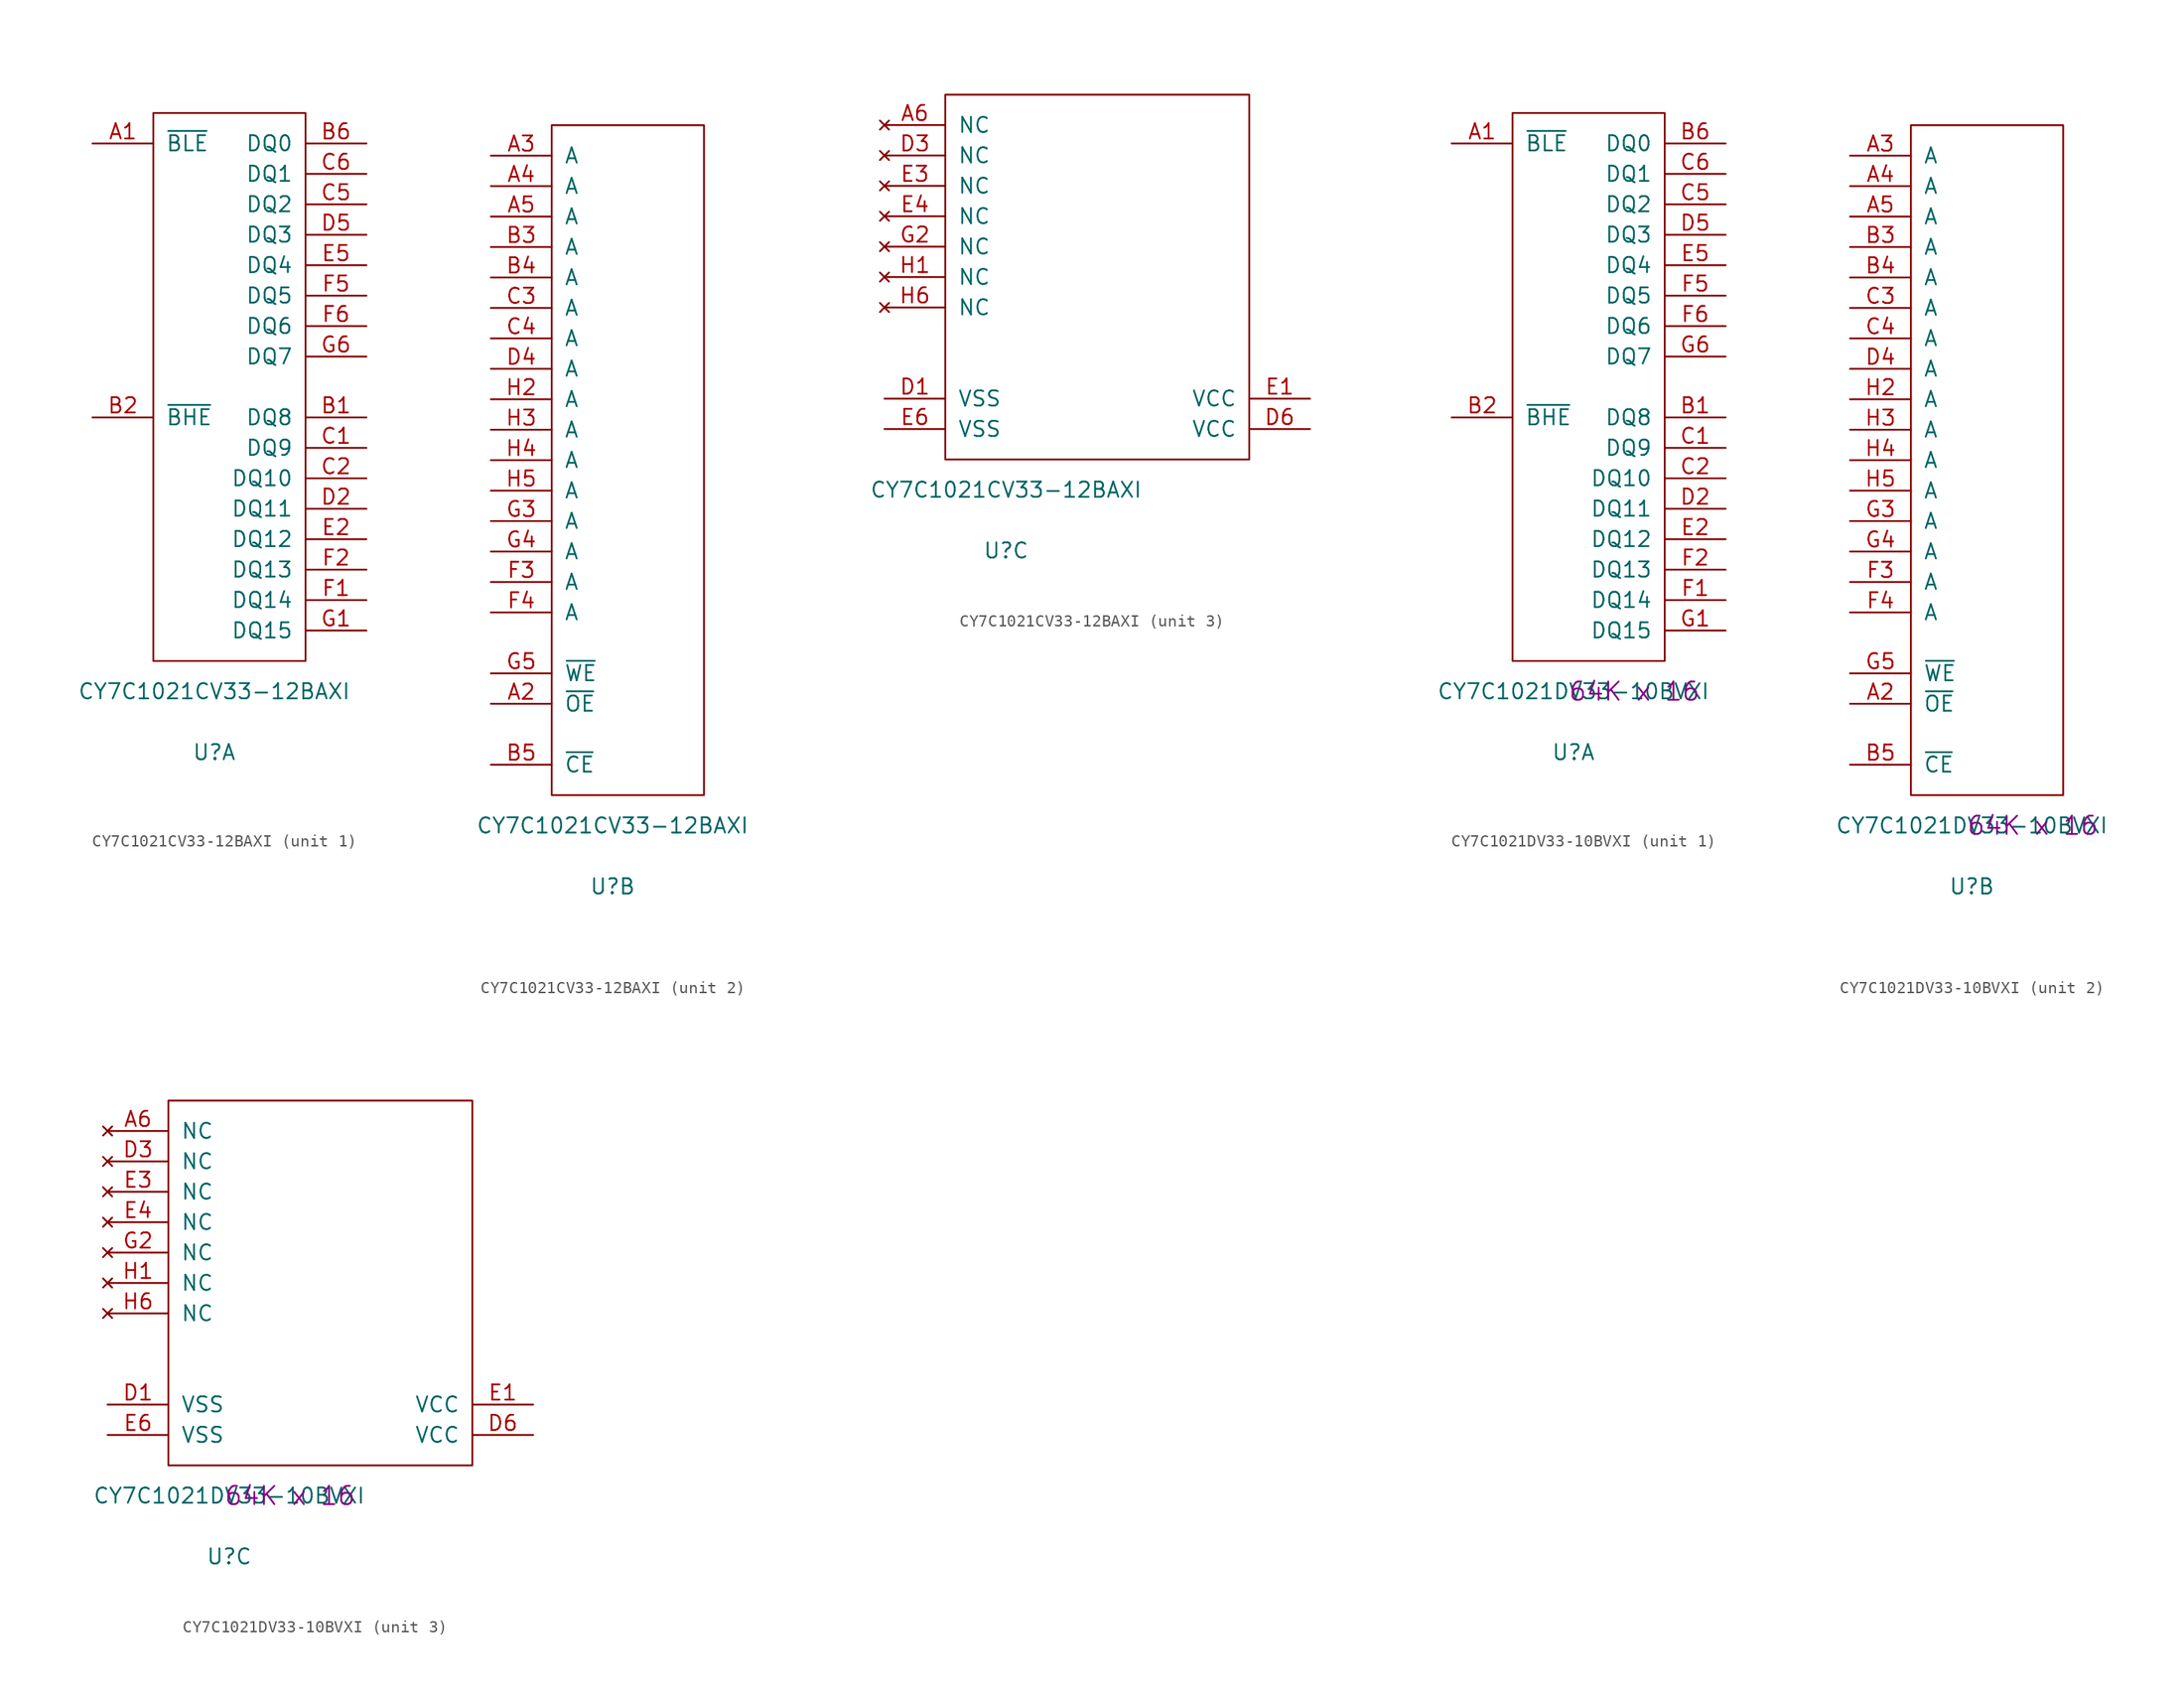
<source format=kicad_sym>
(kicad_symbol_lib
  (version 20220914)
  (generator kicad_symbol_editor)
  (symbol "CY7C1021CV33-12BAXI"
    (pin_names
      (offset 1.016))
    (property "Reference" "U"
      (at 5.08 -7.62 0)
      (effects (font (size 1.27 1.27))))
    (property "Value" "CY7C1021CV33-12BAXI"
      (at 5.08 -2.54 0)
      (effects (font (size 1.27 1.27))))
    (property "ki_locked" ""
      (at 0 0 0)
      (effects (font (size 1.27 1.27))))
    (symbol "CY7C1021CV33-12BAXI_1_1"
      (rectangle (start 0 45.72) (end 12.7 0) (stroke (width 0) (type solid)) (fill (type none)))
      (pin input line (at -5.08 43.18 0) (length 5.08) (name "~{BLE}" (effects (font (size 1.27 1.27)))) (number "A1" (effects (font (size 1.27 1.27)))))
      (pin bidirectional line (at 17.78 20.32 180) (length 5.08) (name "DQ8" (effects (font (size 1.27 1.27)))) (number "B1" (effects (font (size 1.27 1.27)))))
      (pin input line (at -5.08 20.32 0) (length 5.08) (name "~{BHE}" (effects (font (size 1.27 1.27)))) (number "B2" (effects (font (size 1.27 1.27)))))
      (pin bidirectional line (at 17.78 43.18 180) (length 5.08) (name "DQ0" (effects (font (size 1.27 1.27)))) (number "B6" (effects (font (size 1.27 1.27)))))
      (pin bidirectional line (at 17.78 17.78 180) (length 5.08) (name "DQ9" (effects (font (size 1.27 1.27)))) (number "C1" (effects (font (size 1.27 1.27)))))
      (pin bidirectional line (at 17.78 15.24 180) (length 5.08) (name "DQ10" (effects (font (size 1.27 1.27)))) (number "C2" (effects (font (size 1.27 1.27)))))
      (pin bidirectional line (at 17.78 38.1 180) (length 5.08) (name "DQ2" (effects (font (size 1.27 1.27)))) (number "C5" (effects (font (size 1.27 1.27)))))
      (pin bidirectional line (at 17.78 40.64 180) (length 5.08) (name "DQ1" (effects (font (size 1.27 1.27)))) (number "C6" (effects (font (size 1.27 1.27)))))
      (pin bidirectional line (at 17.78 12.7 180) (length 5.08) (name "DQ11" (effects (font (size 1.27 1.27)))) (number "D2" (effects (font (size 1.27 1.27)))))
      (pin bidirectional line (at 17.78 35.56 180) (length 5.08) (name "DQ3" (effects (font (size 1.27 1.27)))) (number "D5" (effects (font (size 1.27 1.27)))))
      (pin bidirectional line (at 17.78 10.16 180) (length 5.08) (name "DQ12" (effects (font (size 1.27 1.27)))) (number "E2" (effects (font (size 1.27 1.27)))))
      (pin bidirectional line (at 17.78 33.02 180) (length 5.08) (name "DQ4" (effects (font (size 1.27 1.27)))) (number "E5" (effects (font (size 1.27 1.27)))))
      (pin bidirectional line (at 17.78 5.08 180) (length 5.08) (name "DQ14" (effects (font (size 1.27 1.27)))) (number "F1" (effects (font (size 1.27 1.27)))))
      (pin bidirectional line (at 17.78 7.62 180) (length 5.08) (name "DQ13" (effects (font (size 1.27 1.27)))) (number "F2" (effects (font (size 1.27 1.27)))))
      (pin bidirectional line (at 17.78 30.48 180) (length 5.08) (name "DQ5" (effects (font (size 1.27 1.27)))) (number "F5" (effects (font (size 1.27 1.27)))))
      (pin bidirectional line (at 17.78 27.94 180) (length 5.08) (name "DQ6" (effects (font (size 1.27 1.27)))) (number "F6" (effects (font (size 1.27 1.27)))))
      (pin bidirectional line (at 17.78 2.54 180) (length 5.08) (name "DQ15" (effects (font (size 1.27 1.27)))) (number "G1" (effects (font (size 1.27 1.27)))))
      (pin bidirectional line (at 17.78 25.4 180) (length 5.08) (name "DQ7" (effects (font (size 1.27 1.27)))) (number "G6" (effects (font (size 1.27 1.27))))))
    (symbol "CY7C1021CV33-12BAXI_2_1"
      (rectangle (start 0 0) (end 12.7 55.88) (stroke (width 0) (type solid)) (fill (type none)))
      (pin input line (at -5.08 7.62 0) (length 5.08) (name "~{OE}" (effects (font (size 1.27 1.27)))) (number "A2" (effects (font (size 1.27 1.27)))))
      (pin input line (at -5.08 53.34 0) (length 5.08) (name "A" (effects (font (size 1.27 1.27)))) (number "A3" (effects (font (size 1.27 1.27)))))
      (pin input line (at -5.08 50.8 0) (length 5.08) (name "A" (effects (font (size 1.27 1.27)))) (number "A4" (effects (font (size 1.27 1.27)))))
      (pin input line (at -5.08 48.26 0) (length 5.08) (name "A" (effects (font (size 1.27 1.27)))) (number "A5" (effects (font (size 1.27 1.27)))))
      (pin input line (at -5.08 45.72 0) (length 5.08) (name "A" (effects (font (size 1.27 1.27)))) (number "B3" (effects (font (size 1.27 1.27)))))
      (pin input line (at -5.08 43.18 0) (length 5.08) (name "A" (effects (font (size 1.27 1.27)))) (number "B4" (effects (font (size 1.27 1.27)))))
      (pin input line (at -5.08 2.54 0) (length 5.08) (name "~{CE}" (effects (font (size 1.27 1.27)))) (number "B5" (effects (font (size 1.27 1.27)))))
      (pin input line (at -5.08 40.64 0) (length 5.08) (name "A" (effects (font (size 1.27 1.27)))) (number "C3" (effects (font (size 1.27 1.27)))))
      (pin input line (at -5.08 38.1 0) (length 5.08) (name "A" (effects (font (size 1.27 1.27)))) (number "C4" (effects (font (size 1.27 1.27)))))
      (pin input line (at -5.08 35.56 0) (length 5.08) (name "A" (effects (font (size 1.27 1.27)))) (number "D4" (effects (font (size 1.27 1.27)))))
      (pin input line (at -5.08 17.78 0) (length 5.08) (name "A" (effects (font (size 1.27 1.27)))) (number "F3" (effects (font (size 1.27 1.27)))))
      (pin input line (at -5.08 15.24 0) (length 5.08) (name "A" (effects (font (size 1.27 1.27)))) (number "F4" (effects (font (size 1.27 1.27)))))
      (pin input line (at -5.08 22.86 0) (length 5.08) (name "A" (effects (font (size 1.27 1.27)))) (number "G3" (effects (font (size 1.27 1.27)))))
      (pin input line (at -5.08 20.32 0) (length 5.08) (name "A" (effects (font (size 1.27 1.27)))) (number "G4" (effects (font (size 1.27 1.27)))))
      (pin input line (at -5.08 10.16 0) (length 5.08) (name "~{WE}" (effects (font (size 1.27 1.27)))) (number "G5" (effects (font (size 1.27 1.27)))))
      (pin input line (at -5.08 33.02 0) (length 5.08) (name "A" (effects (font (size 1.27 1.27)))) (number "H2" (effects (font (size 1.27 1.27)))))
      (pin input line (at -5.08 30.48 0) (length 5.08) (name "A" (effects (font (size 1.27 1.27)))) (number "H3" (effects (font (size 1.27 1.27)))))
      (pin input line (at -5.08 27.94 0) (length 5.08) (name "A" (effects (font (size 1.27 1.27)))) (number "H4" (effects (font (size 1.27 1.27)))))
      (pin input line (at -5.08 25.4 0) (length 5.08) (name "A" (effects (font (size 1.27 1.27)))) (number "H5" (effects (font (size 1.27 1.27))))))
    (symbol "CY7C1021CV33-12BAXI_3_1"
      (rectangle (start 0 0) (end 25.4 30.48) (stroke (width 0) (type solid)) (fill (type none)))
      (pin no_connect line (at -5.08 27.94 0) (length 5.08) (name "NC" (effects (font (size 1.27 1.27)))) (number "A6" (effects (font (size 1.27 1.27)))))
      (pin power_in line (at -5.08 5.08 0) (length 5.08) (name "VSS" (effects (font (size 1.27 1.27)))) (number "D1" (effects (font (size 1.27 1.27)))))
      (pin no_connect line (at -5.08 25.4 0) (length 5.08) (name "NC" (effects (font (size 1.27 1.27)))) (number "D3" (effects (font (size 1.27 1.27)))))
      (pin power_in line (at 30.48 2.54 180) (length 5.08) (name "VCC" (effects (font (size 1.27 1.27)))) (number "D6" (effects (font (size 1.27 1.27)))))
      (pin power_in line (at 30.48 5.08 180) (length 5.08) (name "VCC" (effects (font (size 1.27 1.27)))) (number "E1" (effects (font (size 1.27 1.27)))))
      (pin no_connect line (at -5.08 22.86 0) (length 5.08) (name "NC" (effects (font (size 1.27 1.27)))) (number "E3" (effects (font (size 1.27 1.27)))))
      (pin no_connect line (at -5.08 20.32 0) (length 5.08) (name "NC" (effects (font (size 1.27 1.27)))) (number "E4" (effects (font (size 1.27 1.27)))))
      (pin power_in line (at -5.08 2.54 0) (length 5.08) (name "VSS" (effects (font (size 1.27 1.27)))) (number "E6" (effects (font (size 1.27 1.27)))))
      (pin no_connect line (at -5.08 17.78 0) (length 5.08) (name "NC" (effects (font (size 1.27 1.27)))) (number "G2" (effects (font (size 1.27 1.27)))))
      (pin no_connect line (at -5.08 15.24 0) (length 5.08) (name "NC" (effects (font (size 1.27 1.27)))) (number "H1" (effects (font (size 1.27 1.27)))))
      (pin no_connect line (at -5.08 12.7 0) (length 5.08) (name "NC" (effects (font (size 1.27 1.27)))) (number "H6" (effects (font (size 1.27 1.27)))))))
  (symbol "CY7C1021DV33-10BVXI"
    (pin_names
      (offset 1.016))
    (property "Reference" "U"
      (at 5.08 -7.62 0)
      (effects (font (size 1.27 1.27))))
    (property "Value" "CY7C1021DV33-10BVXI"
      (at 5.08 -2.54 0)
      (effects (font (size 1.27 1.27))))
    (property "Rating" "64K x 16"
      (at 10.16 -2.54 0)
      (effects (font (size 1.524 1.524))))
    (property "ki_locked" ""
      (at 0 0 0)
      (effects (font (size 1.27 1.27))))
    (symbol "CY7C1021DV33-10BVXI_1_1"
      (rectangle (start 0 45.72) (end 12.7 0) (stroke (width 0) (type solid)) (fill (type none)))
      (pin input line (at -5.08 43.18 0) (length 5.08) (name "~{BLE}" (effects (font (size 1.27 1.27)))) (number "A1" (effects (font (size 1.27 1.27)))))
      (pin bidirectional line (at 17.78 20.32 180) (length 5.08) (name "DQ8" (effects (font (size 1.27 1.27)))) (number "B1" (effects (font (size 1.27 1.27)))))
      (pin input line (at -5.08 20.32 0) (length 5.08) (name "~{BHE}" (effects (font (size 1.27 1.27)))) (number "B2" (effects (font (size 1.27 1.27)))))
      (pin bidirectional line (at 17.78 43.18 180) (length 5.08) (name "DQ0" (effects (font (size 1.27 1.27)))) (number "B6" (effects (font (size 1.27 1.27)))))
      (pin bidirectional line (at 17.78 17.78 180) (length 5.08) (name "DQ9" (effects (font (size 1.27 1.27)))) (number "C1" (effects (font (size 1.27 1.27)))))
      (pin bidirectional line (at 17.78 15.24 180) (length 5.08) (name "DQ10" (effects (font (size 1.27 1.27)))) (number "C2" (effects (font (size 1.27 1.27)))))
      (pin bidirectional line (at 17.78 38.1 180) (length 5.08) (name "DQ2" (effects (font (size 1.27 1.27)))) (number "C5" (effects (font (size 1.27 1.27)))))
      (pin bidirectional line (at 17.78 40.64 180) (length 5.08) (name "DQ1" (effects (font (size 1.27 1.27)))) (number "C6" (effects (font (size 1.27 1.27)))))
      (pin bidirectional line (at 17.78 12.7 180) (length 5.08) (name "DQ11" (effects (font (size 1.27 1.27)))) (number "D2" (effects (font (size 1.27 1.27)))))
      (pin bidirectional line (at 17.78 35.56 180) (length 5.08) (name "DQ3" (effects (font (size 1.27 1.27)))) (number "D5" (effects (font (size 1.27 1.27)))))
      (pin bidirectional line (at 17.78 10.16 180) (length 5.08) (name "DQ12" (effects (font (size 1.27 1.27)))) (number "E2" (effects (font (size 1.27 1.27)))))
      (pin bidirectional line (at 17.78 33.02 180) (length 5.08) (name "DQ4" (effects (font (size 1.27 1.27)))) (number "E5" (effects (font (size 1.27 1.27)))))
      (pin bidirectional line (at 17.78 5.08 180) (length 5.08) (name "DQ14" (effects (font (size 1.27 1.27)))) (number "F1" (effects (font (size 1.27 1.27)))))
      (pin bidirectional line (at 17.78 7.62 180) (length 5.08) (name "DQ13" (effects (font (size 1.27 1.27)))) (number "F2" (effects (font (size 1.27 1.27)))))
      (pin bidirectional line (at 17.78 30.48 180) (length 5.08) (name "DQ5" (effects (font (size 1.27 1.27)))) (number "F5" (effects (font (size 1.27 1.27)))))
      (pin bidirectional line (at 17.78 27.94 180) (length 5.08) (name "DQ6" (effects (font (size 1.27 1.27)))) (number "F6" (effects (font (size 1.27 1.27)))))
      (pin bidirectional line (at 17.78 2.54 180) (length 5.08) (name "DQ15" (effects (font (size 1.27 1.27)))) (number "G1" (effects (font (size 1.27 1.27)))))
      (pin bidirectional line (at 17.78 25.4 180) (length 5.08) (name "DQ7" (effects (font (size 1.27 1.27)))) (number "G6" (effects (font (size 1.27 1.27))))))
    (symbol "CY7C1021DV33-10BVXI_2_1"
      (rectangle (start 0 0) (end 12.7 55.88) (stroke (width 0) (type solid)) (fill (type none)))
      (pin input line (at -5.08 7.62 0) (length 5.08) (name "~{OE}" (effects (font (size 1.27 1.27)))) (number "A2" (effects (font (size 1.27 1.27)))))
      (pin input line (at -5.08 53.34 0) (length 5.08) (name "A" (effects (font (size 1.27 1.27)))) (number "A3" (effects (font (size 1.27 1.27)))))
      (pin input line (at -5.08 50.8 0) (length 5.08) (name "A" (effects (font (size 1.27 1.27)))) (number "A4" (effects (font (size 1.27 1.27)))))
      (pin input line (at -5.08 48.26 0) (length 5.08) (name "A" (effects (font (size 1.27 1.27)))) (number "A5" (effects (font (size 1.27 1.27)))))
      (pin input line (at -5.08 45.72 0) (length 5.08) (name "A" (effects (font (size 1.27 1.27)))) (number "B3" (effects (font (size 1.27 1.27)))))
      (pin input line (at -5.08 43.18 0) (length 5.08) (name "A" (effects (font (size 1.27 1.27)))) (number "B4" (effects (font (size 1.27 1.27)))))
      (pin input line (at -5.08 2.54 0) (length 5.08) (name "~{CE}" (effects (font (size 1.27 1.27)))) (number "B5" (effects (font (size 1.27 1.27)))))
      (pin input line (at -5.08 40.64 0) (length 5.08) (name "A" (effects (font (size 1.27 1.27)))) (number "C3" (effects (font (size 1.27 1.27)))))
      (pin input line (at -5.08 38.1 0) (length 5.08) (name "A" (effects (font (size 1.27 1.27)))) (number "C4" (effects (font (size 1.27 1.27)))))
      (pin input line (at -5.08 35.56 0) (length 5.08) (name "A" (effects (font (size 1.27 1.27)))) (number "D4" (effects (font (size 1.27 1.27)))))
      (pin input line (at -5.08 17.78 0) (length 5.08) (name "A" (effects (font (size 1.27 1.27)))) (number "F3" (effects (font (size 1.27 1.27)))))
      (pin input line (at -5.08 15.24 0) (length 5.08) (name "A" (effects (font (size 1.27 1.27)))) (number "F4" (effects (font (size 1.27 1.27)))))
      (pin input line (at -5.08 22.86 0) (length 5.08) (name "A" (effects (font (size 1.27 1.27)))) (number "G3" (effects (font (size 1.27 1.27)))))
      (pin input line (at -5.08 20.32 0) (length 5.08) (name "A" (effects (font (size 1.27 1.27)))) (number "G4" (effects (font (size 1.27 1.27)))))
      (pin input line (at -5.08 10.16 0) (length 5.08) (name "~{WE}" (effects (font (size 1.27 1.27)))) (number "G5" (effects (font (size 1.27 1.27)))))
      (pin input line (at -5.08 33.02 0) (length 5.08) (name "A" (effects (font (size 1.27 1.27)))) (number "H2" (effects (font (size 1.27 1.27)))))
      (pin input line (at -5.08 30.48 0) (length 5.08) (name "A" (effects (font (size 1.27 1.27)))) (number "H3" (effects (font (size 1.27 1.27)))))
      (pin input line (at -5.08 27.94 0) (length 5.08) (name "A" (effects (font (size 1.27 1.27)))) (number "H4" (effects (font (size 1.27 1.27)))))
      (pin input line (at -5.08 25.4 0) (length 5.08) (name "A" (effects (font (size 1.27 1.27)))) (number "H5" (effects (font (size 1.27 1.27))))))
    (symbol "CY7C1021DV33-10BVXI_3_1"
      (rectangle (start 0 0) (end 25.4 30.48) (stroke (width 0) (type solid)) (fill (type none)))
      (pin no_connect line (at -5.08 27.94 0) (length 5.08) (name "NC" (effects (font (size 1.27 1.27)))) (number "A6" (effects (font (size 1.27 1.27)))))
      (pin power_in line (at -5.08 5.08 0) (length 5.08) (name "VSS" (effects (font (size 1.27 1.27)))) (number "D1" (effects (font (size 1.27 1.27)))))
      (pin no_connect line (at -5.08 25.4 0) (length 5.08) (name "NC" (effects (font (size 1.27 1.27)))) (number "D3" (effects (font (size 1.27 1.27)))))
      (pin power_in line (at 30.48 2.54 180) (length 5.08) (name "VCC" (effects (font (size 1.27 1.27)))) (number "D6" (effects (font (size 1.27 1.27)))))
      (pin power_in line (at 30.48 5.08 180) (length 5.08) (name "VCC" (effects (font (size 1.27 1.27)))) (number "E1" (effects (font (size 1.27 1.27)))))
      (pin no_connect line (at -5.08 22.86 0) (length 5.08) (name "NC" (effects (font (size 1.27 1.27)))) (number "E3" (effects (font (size 1.27 1.27)))))
      (pin no_connect line (at -5.08 20.32 0) (length 5.08) (name "NC" (effects (font (size 1.27 1.27)))) (number "E4" (effects (font (size 1.27 1.27)))))
      (pin power_in line (at -5.08 2.54 0) (length 5.08) (name "VSS" (effects (font (size 1.27 1.27)))) (number "E6" (effects (font (size 1.27 1.27)))))
      (pin no_connect line (at -5.08 17.78 0) (length 5.08) (name "NC" (effects (font (size 1.27 1.27)))) (number "G2" (effects (font (size 1.27 1.27)))))
      (pin no_connect line (at -5.08 15.24 0) (length 5.08) (name "NC" (effects (font (size 1.27 1.27)))) (number "H1" (effects (font (size 1.27 1.27)))))
      (pin no_connect line (at -5.08 12.7 0) (length 5.08) (name "NC" (effects (font (size 1.27 1.27)))) (number "H6" (effects (font (size 1.27 1.27))))))))
</source>
